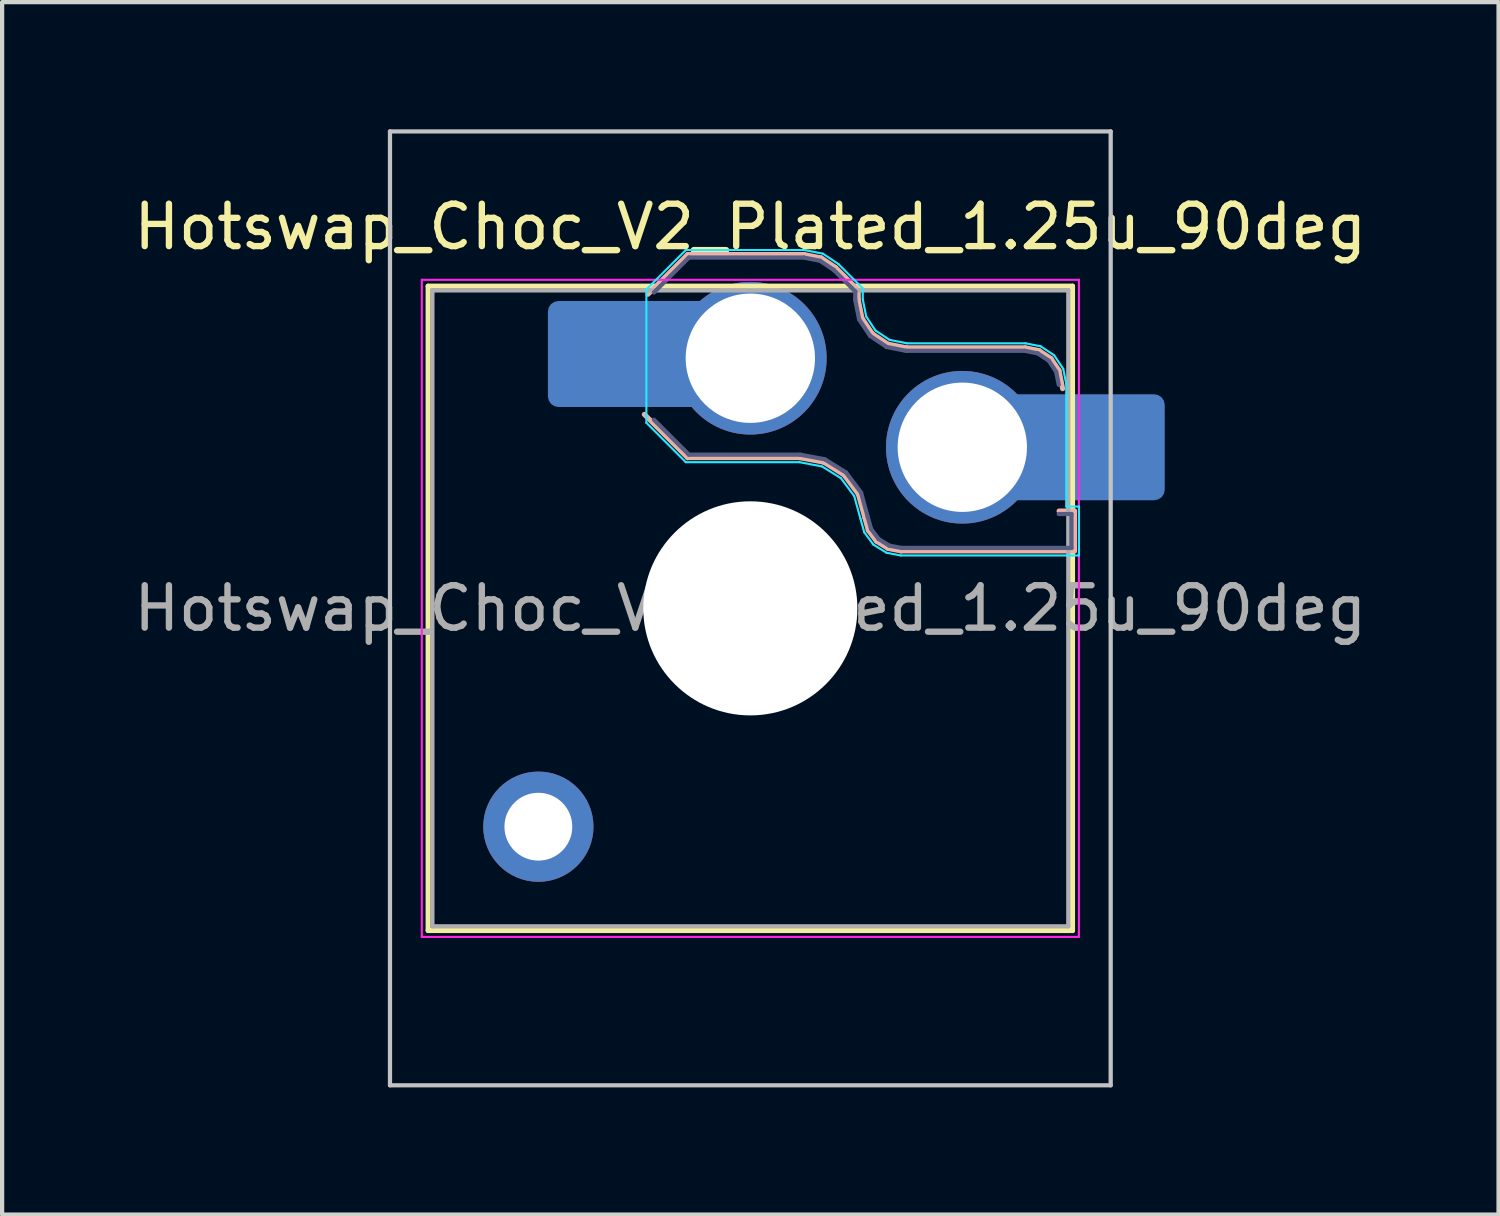
<source format=kicad_pcb>
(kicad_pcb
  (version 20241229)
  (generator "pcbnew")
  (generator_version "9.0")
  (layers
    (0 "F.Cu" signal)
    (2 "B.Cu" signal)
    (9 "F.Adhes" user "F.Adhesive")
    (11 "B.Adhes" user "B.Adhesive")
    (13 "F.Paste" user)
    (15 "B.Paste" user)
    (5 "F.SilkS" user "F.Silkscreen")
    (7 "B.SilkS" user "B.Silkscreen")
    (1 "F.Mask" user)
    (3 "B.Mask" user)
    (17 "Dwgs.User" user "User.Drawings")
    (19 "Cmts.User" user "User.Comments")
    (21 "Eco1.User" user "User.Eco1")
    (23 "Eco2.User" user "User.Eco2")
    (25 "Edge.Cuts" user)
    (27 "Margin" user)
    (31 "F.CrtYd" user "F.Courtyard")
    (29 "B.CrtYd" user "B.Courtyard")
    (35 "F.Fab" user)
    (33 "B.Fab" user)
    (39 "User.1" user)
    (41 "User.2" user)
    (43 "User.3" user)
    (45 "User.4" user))
  (footprint "Hotswap_Choc_V2_Plated_1.25u_90deg"
    (layer "F.Cu")
    (at 14.649 11.3)
    (property "Reference" "Hotswap_Choc_V2_Plated_1.25u_90deg" (at 0 -9 0) (layer "F.SilkS") (effects (font (size 1 1) (thickness 0.15))))
    (attr smd allow_soldermask_bridges)
    (fp_line (start -7.6 -7.6) (end -7.6 7.6) (stroke (width 0.12) (type solid)) (layer "F.SilkS"))
    (fp_line (start -7.6 7.6) (end 7.6 7.6) (stroke (width 0.12) (type solid)) (layer "F.SilkS"))
    (fp_line (start 7.6 -7.6) (end -7.6 -7.6) (stroke (width 0.12) (type solid)) (layer "F.SilkS"))
    (fp_line (start 7.6 7.6) (end 7.6 -7.6) (stroke (width 0.12) (type solid)) (layer "F.SilkS"))
    (fp_line (start -2.416 -7.409) (end -1.479 -8.346) (stroke (width 0.12) (type solid)) (layer "B.SilkS"))
    (fp_line (start -1.479 -8.346) (end 1.268 -8.346) (stroke (width 0.12) (type solid)) (layer "B.SilkS"))
    (fp_line (start -1.479 -3.554) (end -2.5 -4.575) (stroke (width 0.12) (type solid)) (layer "B.SilkS"))
    (fp_line (start 1.168 -3.554) (end -1.479 -3.554) (stroke (width 0.12) (type solid)) (layer "B.SilkS"))
    (fp_line (start 1.268 -8.346) (end 1.671 -8.266) (stroke (width 0.12) (type solid)) (layer "B.SilkS"))
    (fp_line (start 1.671 -8.266) (end 2.013 -8.037) (stroke (width 0.12) (type solid)) (layer "B.SilkS"))
    (fp_line (start 1.73 -3.449) (end 1.168 -3.554) (stroke (width 0.12) (type solid)) (layer "B.SilkS"))
    (fp_line (start 2.013 -8.037) (end 2.546 -7.504) (stroke (width 0.12) (type solid)) (layer "B.SilkS"))
    (fp_line (start 2.209 -3.15) (end 1.73 -3.449) (stroke (width 0.12) (type solid)) (layer "B.SilkS"))
    (fp_line (start 2.546 -7.504) (end 2.546 -7.282) (stroke (width 0.12) (type solid)) (layer "B.SilkS"))
    (fp_line (start 2.546 -7.282) (end 2.633 -6.844) (stroke (width 0.12) (type solid)) (layer "B.SilkS"))
    (fp_line (start 2.547 -2.697) (end 2.209 -3.15) (stroke (width 0.12) (type solid)) (layer "B.SilkS"))
    (fp_line (start 2.633 -6.844) (end 2.877 -6.477) (stroke (width 0.12) (type solid)) (layer "B.SilkS"))
    (fp_line (start 2.701 -2.139) (end 2.547 -2.697) (stroke (width 0.12) (type solid)) (layer "B.SilkS"))
    (fp_line (start 2.783 -1.841) (end 2.701 -2.139) (stroke (width 0.12) (type solid)) (layer "B.SilkS"))
    (fp_line (start 2.877 -6.477) (end 3.244 -6.233) (stroke (width 0.12) (type solid)) (layer "B.SilkS"))
    (fp_line (start 2.976 -1.583) (end 2.783 -1.841) (stroke (width 0.12) (type solid)) (layer "B.SilkS"))
    (fp_line (start 3.244 -6.233) (end 3.682 -6.146) (stroke (width 0.12) (type solid)) (layer "B.SilkS"))
    (fp_line (start 3.25 -1.413) (end 2.976 -1.583) (stroke (width 0.12) (type solid)) (layer "B.SilkS"))
    (fp_line (start 3.56 -1.354) (end 3.25 -1.413) (stroke (width 0.12) (type solid)) (layer "B.SilkS"))
    (fp_line (start 3.682 -6.146) (end 6.482 -6.146) (stroke (width 0.12) (type solid)) (layer "B.SilkS"))
    (fp_line (start 6.482 -6.146) (end 6.809 -6.081) (stroke (width 0.12) (type solid)) (layer "B.SilkS"))
    (fp_line (start 6.809 -6.081) (end 7.092 -5.892) (stroke (width 0.12) (type solid)) (layer "B.SilkS"))
    (fp_line (start 7.092 -5.892) (end 7.281 -5.609) (stroke (width 0.12) (type solid)) (layer "B.SilkS"))
    (fp_line (start 7.281 -5.609) (end 7.366 -5.182) (stroke (width 0.12) (type solid)) (layer "B.SilkS"))
    (fp_line (start 7.283 -2.296) (end 7.646 -2.296) (stroke (width 0.12) (type solid)) (layer "B.SilkS"))
    (fp_line (start 7.646 -2.296) (end 7.646 -1.354) (stroke (width 0.12) (type solid)) (layer "B.SilkS"))
    (fp_line (start 7.646 -1.354) (end 3.56 -1.354) (stroke (width 0.12) (type solid)) (layer "B.SilkS"))
    (fp_line (start -8.5 -11.25) (end 8.5 -11.25) (stroke (width 0.1) (type solid)) (layer "Dwgs.User"))
    (fp_line (start -8.5 11.25) (end -8.5 -11.25) (stroke (width 0.1) (type solid)) (layer "Dwgs.User"))
    (fp_line (start 8.5 -11.25) (end 8.5 11.25) (stroke (width 0.1) (type solid)) (layer "Dwgs.User"))
    (fp_line (start 8.5 11.25) (end -8.5 11.25) (stroke (width 0.1) (type solid)) (layer "Dwgs.User"))
    (fp_line (start -7.25 -7.25) (end -7.25 7.25) (stroke (width 0.1) (type solid)) (layer "Eco1.User"))
    (fp_line (start -7.25 7.25) (end 7.25 7.25) (stroke (width 0.1) (type solid)) (layer "Eco1.User"))
    (fp_line (start 7.25 -7.25) (end -7.25 -7.25) (stroke (width 0.1) (type solid)) (layer "Eco1.User"))
    (fp_line (start 7.25 7.25) (end 7.25 -7.25) (stroke (width 0.1) (type solid)) (layer "Eco1.User"))
    (fp_line (start -2.452 -7.523) (end -1.523 -8.452) (stroke (width 0.05) (type solid)) (layer "B.CrtYd"))
    (fp_line (start -2.452 -4.377) (end -2.452 -7.523) (stroke (width 0.05) (type solid)) (layer "B.CrtYd"))
    (fp_line (start -1.523 -8.452) (end 1.278 -8.452) (stroke (width 0.05) (type solid)) (layer "B.CrtYd"))
    (fp_line (start -1.523 -3.448) (end -2.452 -4.377) (stroke (width 0.05) (type solid)) (layer "B.CrtYd"))
    (fp_line (start 1.159 -3.448) (end -1.523 -3.448) (stroke (width 0.05) (type solid)) (layer "B.CrtYd"))
    (fp_line (start 1.278 -8.452) (end 1.712 -8.366) (stroke (width 0.05) (type solid)) (layer "B.CrtYd"))
    (fp_line (start 1.691 -3.348) (end 1.159 -3.448) (stroke (width 0.05) (type solid)) (layer "B.CrtYd"))
    (fp_line (start 1.712 -8.366) (end 2.081 -8.119) (stroke (width 0.05) (type solid)) (layer "B.CrtYd"))
    (fp_line (start 2.081 -8.119) (end 2.652 -7.548) (stroke (width 0.05) (type solid)) (layer "B.CrtYd"))
    (fp_line (start 2.136 -3.071) (end 1.691 -3.348) (stroke (width 0.05) (type solid)) (layer "B.CrtYd"))
    (fp_line (start 2.45 -2.65) (end 2.136 -3.071) (stroke (width 0.05) (type solid)) (layer "B.CrtYd"))
    (fp_line (start 2.599 -2.111) (end 2.45 -2.65) (stroke (width 0.05) (type solid)) (layer "B.CrtYd"))
    (fp_line (start 2.652 -7.548) (end 2.652 -7.292) (stroke (width 0.05) (type solid)) (layer "B.CrtYd"))
    (fp_line (start 2.652 -7.292) (end 2.733 -6.885) (stroke (width 0.05) (type solid)) (layer "B.CrtYd"))
    (fp_line (start 2.687 -1.794) (end 2.599 -2.111) (stroke (width 0.05) (type solid)) (layer "B.CrtYd"))
    (fp_line (start 2.733 -6.885) (end 2.953 -6.553) (stroke (width 0.05) (type solid)) (layer "B.CrtYd"))
    (fp_line (start 2.903 -1.503) (end 2.687 -1.794) (stroke (width 0.05) (type solid)) (layer "B.CrtYd"))
    (fp_line (start 2.953 -6.553) (end 3.285 -6.333) (stroke (width 0.05) (type solid)) (layer "B.CrtYd"))
    (fp_line (start 3.211 -1.312) (end 2.903 -1.503) (stroke (width 0.05) (type solid)) (layer "B.CrtYd"))
    (fp_line (start 3.285 -6.333) (end 3.692 -6.252) (stroke (width 0.05) (type solid)) (layer "B.CrtYd"))
    (fp_line (start 3.55 -1.248) (end 3.211 -1.312) (stroke (width 0.05) (type solid)) (layer "B.CrtYd"))
    (fp_line (start 3.692 -6.252) (end 6.492 -6.252) (stroke (width 0.05) (type solid)) (layer "B.CrtYd"))
    (fp_line (start 6.492 -6.252) (end 6.85 -6.181) (stroke (width 0.05) (type solid)) (layer "B.CrtYd"))
    (fp_line (start 6.85 -6.181) (end 7.168 -5.968) (stroke (width 0.05) (type solid)) (layer "B.CrtYd"))
    (fp_line (start 7.168 -5.968) (end 7.381 -5.65) (stroke (width 0.05) (type solid)) (layer "B.CrtYd"))
    (fp_line (start 7.381 -5.65) (end 7.452 -5.292) (stroke (width 0.05) (type solid)) (layer "B.CrtYd"))
    (fp_line (start 7.452 -5.292) (end 7.452 -2.402) (stroke (width 0.05) (type solid)) (layer "B.CrtYd"))
    (fp_line (start 7.452 -2.402) (end 7.752 -2.402) (stroke (width 0.05) (type solid)) (layer "B.CrtYd"))
    (fp_line (start 7.752 -2.402) (end 7.752 -1.248) (stroke (width 0.05) (type solid)) (layer "B.CrtYd"))
    (fp_line (start 7.752 -1.248) (end 3.55 -1.248) (stroke (width 0.05) (type solid)) (layer "B.CrtYd"))
    (fp_line (start -7.75 -7.75) (end -7.75 7.75) (stroke (width 0.05) (type solid)) (layer "F.CrtYd"))
    (fp_line (start -7.75 7.75) (end 7.75 7.75) (stroke (width 0.05) (type solid)) (layer "F.CrtYd"))
    (fp_line (start 7.75 -7.75) (end -7.75 -7.75) (stroke (width 0.05) (type solid)) (layer "F.CrtYd"))
    (fp_line (start 7.75 7.75) (end 7.75 -7.75) (stroke (width 0.05) (type solid)) (layer "F.CrtYd"))
    (fp_line (start -2.275 -7.45) (end -1.45 -8.275) (stroke (width 0.1) (type solid)) (layer "B.Fab"))
    (fp_line (start -1.45 -8.275) (end 1.261 -8.275) (stroke (width 0.1) (type solid)) (layer "B.Fab"))
    (fp_line (start -1.45 -3.625) (end -2.275 -4.45) (stroke (width 0.1) (type solid)) (layer "B.Fab"))
    (fp_line (start 1.175 -3.625) (end -1.45 -3.625) (stroke (width 0.1) (type solid)) (layer "B.Fab"))
    (fp_line (start 1.261 -8.275) (end 1.643 -8.199) (stroke (width 0.1) (type solid)) (layer "B.Fab"))
    (fp_line (start 1.643 -8.199) (end 1.968 -7.982) (stroke (width 0.1) (type solid)) (layer "B.Fab"))
    (fp_line (start 1.756 -3.516) (end 1.175 -3.625) (stroke (width 0.1) (type solid)) (layer "B.Fab"))
    (fp_line (start 1.968 -7.982) (end 2.475 -7.475) (stroke (width 0.1) (type solid)) (layer "B.Fab"))
    (fp_line (start 2.258 -3.203) (end 1.756 -3.516) (stroke (width 0.1) (type solid)) (layer "B.Fab"))
    (fp_line (start 2.475 -7.475) (end 2.475 -7.275) (stroke (width 0.1) (type solid)) (layer "B.Fab"))
    (fp_line (start 2.475 -7.275) (end 2.566 -6.816) (stroke (width 0.1) (type solid)) (layer "B.Fab"))
    (fp_line (start 2.566 -6.816) (end 2.826 -6.426) (stroke (width 0.1) (type solid)) (layer "B.Fab"))
    (fp_line (start 2.612 -2.729) (end 2.258 -3.203) (stroke (width 0.1) (type solid)) (layer "B.Fab"))
    (fp_line (start 2.769 -2.158) (end 2.612 -2.729) (stroke (width 0.1) (type solid)) (layer "B.Fab"))
    (fp_line (start 2.826 -6.426) (end 3.216 -6.166) (stroke (width 0.1) (type solid)) (layer "B.Fab"))
    (fp_line (start 2.848 -1.873) (end 2.769 -2.158) (stroke (width 0.1) (type solid)) (layer "B.Fab"))
    (fp_line (start 3.025 -1.636) (end 2.848 -1.873) (stroke (width 0.1) (type solid)) (layer "B.Fab"))
    (fp_line (start 3.216 -6.166) (end 3.675 -6.075) (stroke (width 0.1) (type solid)) (layer "B.Fab"))
    (fp_line (start 3.276 -1.48) (end 3.025 -1.636) (stroke (width 0.1) (type solid)) (layer "B.Fab"))
    (fp_line (start 3.567 -1.425) (end 3.276 -1.48) (stroke (width 0.1) (type solid)) (layer "B.Fab"))
    (fp_line (start 3.675 -6.075) (end 6.475 -6.075) (stroke (width 0.1) (type solid)) (layer "B.Fab"))
    (fp_line (start 6.475 -6.075) (end 6.781 -6.014) (stroke (width 0.1) (type solid)) (layer "B.Fab"))
    (fp_line (start 6.781 -6.014) (end 7.041 -5.841) (stroke (width 0.1) (type solid)) (layer "B.Fab"))
    (fp_line (start 7.041 -5.841) (end 7.214 -5.581) (stroke (width 0.1) (type solid)) (layer "B.Fab"))
    (fp_line (start 7.214 -5.581) (end 7.275 -5.275) (stroke (width 0.1) (type solid)) (layer "B.Fab"))
    (fp_line (start 7.275 -2.225) (end 7.575 -2.225) (stroke (width 0.1) (type solid)) (layer "B.Fab"))
    (fp_line (start 7.575 -2.225) (end 7.575 -1.425) (stroke (width 0.1) (type solid)) (layer "B.Fab"))
    (fp_line (start 7.575 -1.425) (end 3.567 -1.425) (stroke (width 0.1) (type solid)) (layer "B.Fab"))
    (fp_line (start -7.5 -7.5) (end -7.5 7.5) (stroke (width 0.1) (type solid)) (layer "F.Fab"))
    (fp_line (start -7.5 7.5) (end 7.5 7.5) (stroke (width 0.1) (type solid)) (layer "F.Fab"))
    (fp_line (start 7.5 -7.5) (end -7.5 -7.5) (stroke (width 0.1) (type solid)) (layer "F.Fab"))
    (fp_line (start 7.5 7.5) (end 7.5 -7.5) (stroke (width 0.1) (type solid)) (layer "F.Fab"))
    (fp_text user "${REFERENCE}" (at 0 0 0) (layer "F.Fab") (effects (font (size 1 1) (thickness 0.15))))
    (pad "" thru_hole circle (at -5 5.15) (size 2.6 2.6) (drill 1.6) (layers "*.Cu" "*.Mask"))
    (pad "" smd roundrect (at -3.5 -6) (size 2.55 2.5) (layers "B.Mask" "B.Paste") (roundrect_rratio 0.1))
    (pad "" np_thru_hole circle (at 0 0) (size 5.05 5.05) (drill 5.05) (layers "*.Cu" "*.Mask"))
    (pad "" smd roundrect (at 8.5 -3.8) (size 2.55 2.5) (layers "B.Mask" "B.Paste") (roundrect_rratio 0.1))
    (pad "1" smd roundrect (at -2.85 -6) (size 3.85 2.5) (layers "B.Cu") (roundrect_rratio 0.1))
    (pad "1" thru_hole circle (at 0 -5.9) (size 3.6 3.6) (drill 3.05) (layers "*.Cu" "*.Mask"))
    (pad "2" thru_hole circle (at 5 -3.8) (size 3.6 3.6) (drill 3.05) (layers "*.Cu" "*.Mask"))
    (pad "2" smd roundrect (at 7.85 -3.8) (size 3.85 2.5) (layers "B.Cu") (roundrect_rratio 0.1)))
  (gr_rect
    (start -3 -3)
    (end 32.298 25.6)
    (stroke (width 0.1) (type default))
    (fill no)
    (layer "Edge.Cuts")))
</source>
